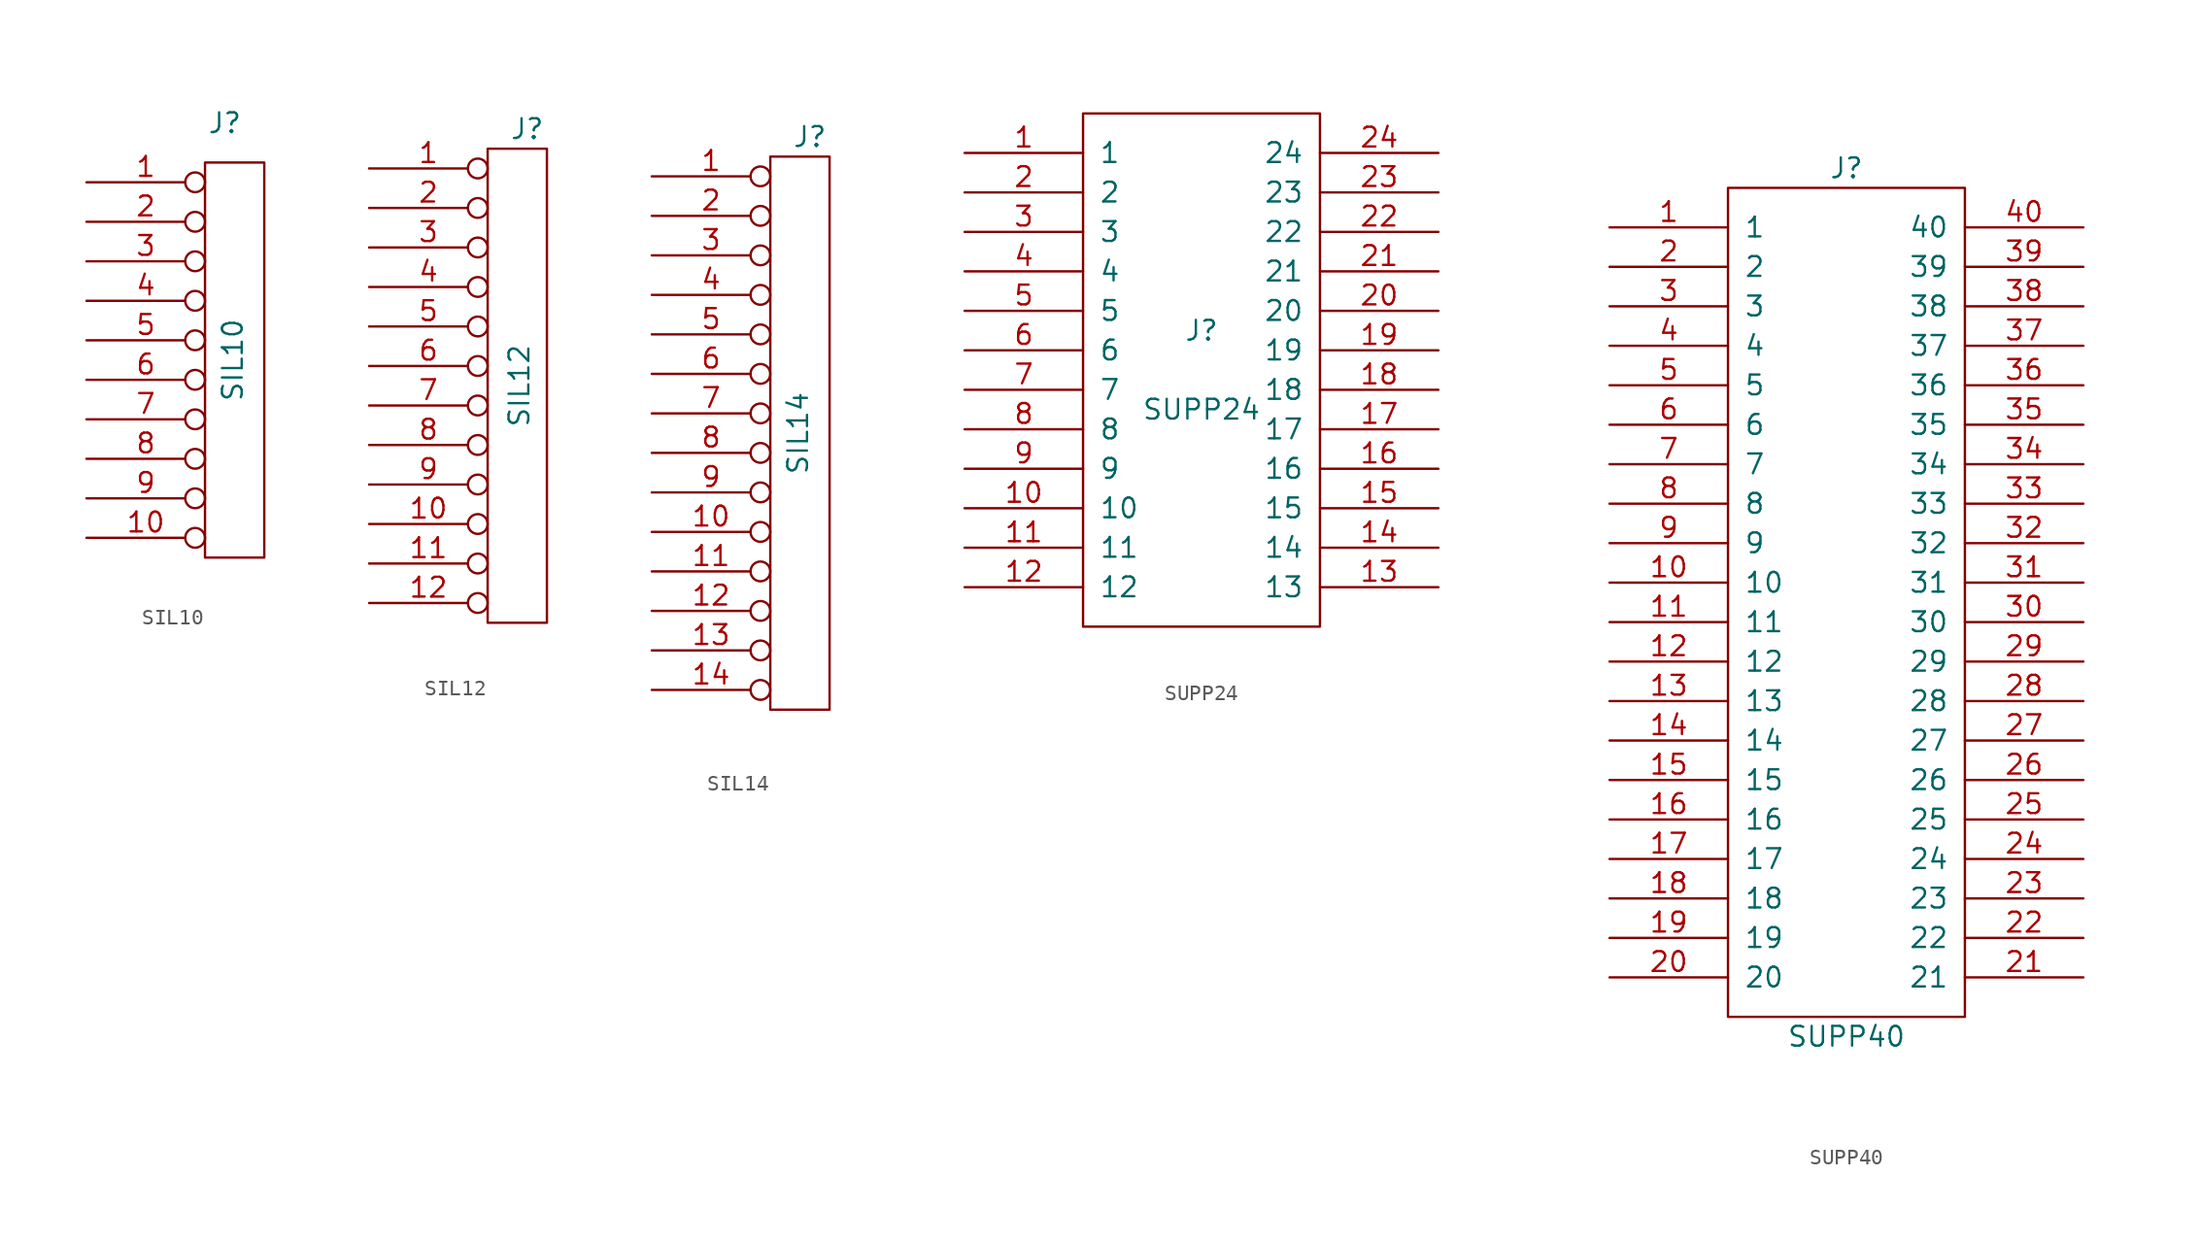
<source format=kicad_sym>
(kicad_symbol_lib
  (version 20211014)
  (generator kicad_symbol_editor)
  (symbol "SIL10"
    (pin_names
      (offset 1.016) hide)
    (property "Reference" "J"
      (at 0 15.24 0)
      (effects (font (size 1.27 1.27))))
    (property "Value" "SIL10"
      (at 0.508 0 90)
      (effects (font (size 1.27 1.27))))
    (symbol "SIL10_0_1"
      (rectangle (start -1.27 12.7) (end 2.54 -12.7) (stroke (width 0) (type default) (color 0 0 0 0)) (fill (type none))))
    (symbol "SIL10_1_1"
      (pin passive inverted (at -8.89 11.43 0) (length 7.62) (name "1" (effects (font (size 1.27 1.27)))) (number "1" (effects (font (size 1.27 1.27)))))
      (pin passive inverted (at -8.89 -11.43 0) (length 7.62) (name "10" (effects (font (size 1.27 1.27)))) (number "10" (effects (font (size 1.27 1.27)))))
      (pin passive inverted (at -8.89 8.89 0) (length 7.62) (name "2" (effects (font (size 1.27 1.27)))) (number "2" (effects (font (size 1.27 1.27)))))
      (pin passive inverted (at -8.89 6.35 0) (length 7.62) (name "3" (effects (font (size 1.27 1.27)))) (number "3" (effects (font (size 1.27 1.27)))))
      (pin passive inverted (at -8.89 3.81 0) (length 7.62) (name "4" (effects (font (size 1.27 1.27)))) (number "4" (effects (font (size 1.27 1.27)))))
      (pin passive inverted (at -8.89 1.27 0) (length 7.62) (name "5" (effects (font (size 1.27 1.27)))) (number "5" (effects (font (size 1.27 1.27)))))
      (pin passive inverted (at -8.89 -1.27 0) (length 7.62) (name "6" (effects (font (size 1.27 1.27)))) (number "6" (effects (font (size 1.27 1.27)))))
      (pin passive inverted (at -8.89 -3.81 0) (length 7.62) (name "7" (effects (font (size 1.27 1.27)))) (number "7" (effects (font (size 1.27 1.27)))))
      (pin passive inverted (at -8.89 -6.35 0) (length 7.62) (name "8" (effects (font (size 1.27 1.27)))) (number "8" (effects (font (size 1.27 1.27)))))
      (pin passive inverted (at -8.89 -8.89 0) (length 7.62) (name "9" (effects (font (size 1.27 1.27)))) (number "9" (effects (font (size 1.27 1.27)))))))
  (symbol "SIL12"
    (pin_names
      (offset 1.016) hide)
    (property "Reference" "J"
      (at 1.27 16.51 0)
      (effects (font (size 1.27 1.27))))
    (property "Value" "SIL12"
      (at 0.762 0 90)
      (effects (font (size 1.27 1.27))))
    (symbol "SIL12_0_1"
      (rectangle (start -1.27 15.24) (end 2.54 -15.24) (stroke (width 0) (type default) (color 0 0 0 0)) (fill (type none))))
    (symbol "SIL12_1_1"
      (pin passive inverted (at -8.89 13.97 0) (length 7.62) (name "1" (effects (font (size 1.27 1.27)))) (number "1" (effects (font (size 1.27 1.27)))))
      (pin passive inverted (at -8.89 -8.89 0) (length 7.62) (name "10" (effects (font (size 1.27 1.27)))) (number "10" (effects (font (size 1.27 1.27)))))
      (pin passive inverted (at -8.89 -11.43 0) (length 7.62) (name "11" (effects (font (size 1.27 1.27)))) (number "11" (effects (font (size 1.27 1.27)))))
      (pin passive inverted (at -8.89 -13.97 0) (length 7.62) (name "12" (effects (font (size 1.27 1.27)))) (number "12" (effects (font (size 1.27 1.27)))))
      (pin passive inverted (at -8.89 11.43 0) (length 7.62) (name "2" (effects (font (size 1.27 1.27)))) (number "2" (effects (font (size 1.27 1.27)))))
      (pin passive inverted (at -8.89 8.89 0) (length 7.62) (name "3" (effects (font (size 1.27 1.27)))) (number "3" (effects (font (size 1.27 1.27)))))
      (pin passive inverted (at -8.89 6.35 0) (length 7.62) (name "4" (effects (font (size 1.27 1.27)))) (number "4" (effects (font (size 1.27 1.27)))))
      (pin passive inverted (at -8.89 3.81 0) (length 7.62) (name "5" (effects (font (size 1.27 1.27)))) (number "5" (effects (font (size 1.27 1.27)))))
      (pin passive inverted (at -8.89 1.27 0) (length 7.62) (name "6" (effects (font (size 1.27 1.27)))) (number "6" (effects (font (size 1.27 1.27)))))
      (pin passive inverted (at -8.89 -1.27 0) (length 7.62) (name "7" (effects (font (size 1.27 1.27)))) (number "7" (effects (font (size 1.27 1.27)))))
      (pin passive inverted (at -8.89 -3.81 0) (length 7.62) (name "8" (effects (font (size 1.27 1.27)))) (number "8" (effects (font (size 1.27 1.27)))))
      (pin passive inverted (at -8.89 -6.35 0) (length 7.62) (name "9" (effects (font (size 1.27 1.27)))) (number "9" (effects (font (size 1.27 1.27)))))))
  (symbol "SIL14"
    (pin_names
      (offset 1.016) hide)
    (property "Reference" "J"
      (at 1.27 19.05 0)
      (effects (font (size 1.27 1.27))))
    (property "Value" "SIL14"
      (at 0.508 0 90)
      (effects (font (size 1.27 1.27))))
    (symbol "SIL14_0_1"
      (rectangle (start -1.27 17.78) (end 2.54 -17.78) (stroke (width 0) (type default) (color 0 0 0 0)) (fill (type none))))
    (symbol "SIL14_1_1"
      (pin passive inverted (at -8.89 16.51 0) (length 7.62) (name "1" (effects (font (size 1.27 1.27)))) (number "1" (effects (font (size 1.27 1.27)))))
      (pin passive inverted (at -8.89 -6.35 0) (length 7.62) (name "10" (effects (font (size 1.27 1.27)))) (number "10" (effects (font (size 1.27 1.27)))))
      (pin passive inverted (at -8.89 -8.89 0) (length 7.62) (name "11" (effects (font (size 1.27 1.27)))) (number "11" (effects (font (size 1.27 1.27)))))
      (pin passive inverted (at -8.89 -11.43 0) (length 7.62) (name "12" (effects (font (size 1.27 1.27)))) (number "12" (effects (font (size 1.27 1.27)))))
      (pin passive inverted (at -8.89 -13.97 0) (length 7.62) (name "13" (effects (font (size 1.27 1.27)))) (number "13" (effects (font (size 1.27 1.27)))))
      (pin passive inverted (at -8.89 -16.51 0) (length 7.62) (name "14" (effects (font (size 1.27 1.27)))) (number "14" (effects (font (size 1.27 1.27)))))
      (pin passive inverted (at -8.89 13.97 0) (length 7.62) (name "2" (effects (font (size 1.27 1.27)))) (number "2" (effects (font (size 1.27 1.27)))))
      (pin passive inverted (at -8.89 11.43 0) (length 7.62) (name "3" (effects (font (size 1.27 1.27)))) (number "3" (effects (font (size 1.27 1.27)))))
      (pin passive inverted (at -8.89 8.89 0) (length 7.62) (name "4" (effects (font (size 1.27 1.27)))) (number "4" (effects (font (size 1.27 1.27)))))
      (pin passive inverted (at -8.89 6.35 0) (length 7.62) (name "5" (effects (font (size 1.27 1.27)))) (number "5" (effects (font (size 1.27 1.27)))))
      (pin passive inverted (at -8.89 3.81 0) (length 7.62) (name "6" (effects (font (size 1.27 1.27)))) (number "6" (effects (font (size 1.27 1.27)))))
      (pin passive inverted (at -8.89 1.27 0) (length 7.62) (name "7" (effects (font (size 1.27 1.27)))) (number "7" (effects (font (size 1.27 1.27)))))
      (pin passive inverted (at -8.89 -1.27 0) (length 7.62) (name "8" (effects (font (size 1.27 1.27)))) (number "8" (effects (font (size 1.27 1.27)))))
      (pin passive inverted (at -8.89 -3.81 0) (length 7.62) (name "9" (effects (font (size 1.27 1.27)))) (number "9" (effects (font (size 1.27 1.27)))))))
  (symbol "SUPP24"
    (pin_names
      (offset 1.016))
    (property "Reference" "J"
      (at 0 2.54 0)
      (effects (font (size 1.27 1.27))))
    (property "Value" "SUPP24"
      (at 0 -2.54 0)
      (effects (font (size 1.27 1.27))))
    (symbol "SUPP24_0_1"
      (rectangle (start -7.62 -16.51) (end 7.62 16.51) (stroke (width 0) (type default) (color 0 0 0 0)) (fill (type none))))
    (symbol "SUPP24_1_1"
      (pin passive line (at -15.24 13.97 0) (length 7.62) (name "1" (effects (font (size 1.27 1.27)))) (number "1" (effects (font (size 1.27 1.27)))))
      (pin passive line (at -15.24 -8.89 0) (length 7.62) (name "10" (effects (font (size 1.27 1.27)))) (number "10" (effects (font (size 1.27 1.27)))))
      (pin passive line (at -15.24 -11.43 0) (length 7.62) (name "11" (effects (font (size 1.27 1.27)))) (number "11" (effects (font (size 1.27 1.27)))))
      (pin passive line (at -15.24 -13.97 0) (length 7.62) (name "12" (effects (font (size 1.27 1.27)))) (number "12" (effects (font (size 1.27 1.27)))))
      (pin passive line (at 15.24 -13.97 180) (length 7.62) (name "13" (effects (font (size 1.27 1.27)))) (number "13" (effects (font (size 1.27 1.27)))))
      (pin passive line (at 15.24 -11.43 180) (length 7.62) (name "14" (effects (font (size 1.27 1.27)))) (number "14" (effects (font (size 1.27 1.27)))))
      (pin passive line (at 15.24 -8.89 180) (length 7.62) (name "15" (effects (font (size 1.27 1.27)))) (number "15" (effects (font (size 1.27 1.27)))))
      (pin passive line (at 15.24 -6.35 180) (length 7.62) (name "16" (effects (font (size 1.27 1.27)))) (number "16" (effects (font (size 1.27 1.27)))))
      (pin passive line (at 15.24 -3.81 180) (length 7.62) (name "17" (effects (font (size 1.27 1.27)))) (number "17" (effects (font (size 1.27 1.27)))))
      (pin passive line (at 15.24 -1.27 180) (length 7.62) (name "18" (effects (font (size 1.27 1.27)))) (number "18" (effects (font (size 1.27 1.27)))))
      (pin passive line (at 15.24 1.27 180) (length 7.62) (name "19" (effects (font (size 1.27 1.27)))) (number "19" (effects (font (size 1.27 1.27)))))
      (pin passive line (at -15.24 11.43 0) (length 7.62) (name "2" (effects (font (size 1.27 1.27)))) (number "2" (effects (font (size 1.27 1.27)))))
      (pin passive line (at 15.24 3.81 180) (length 7.62) (name "20" (effects (font (size 1.27 1.27)))) (number "20" (effects (font (size 1.27 1.27)))))
      (pin passive line (at 15.24 6.35 180) (length 7.62) (name "21" (effects (font (size 1.27 1.27)))) (number "21" (effects (font (size 1.27 1.27)))))
      (pin passive line (at 15.24 8.89 180) (length 7.62) (name "22" (effects (font (size 1.27 1.27)))) (number "22" (effects (font (size 1.27 1.27)))))
      (pin passive line (at 15.24 11.43 180) (length 7.62) (name "23" (effects (font (size 1.27 1.27)))) (number "23" (effects (font (size 1.27 1.27)))))
      (pin passive line (at 15.24 13.97 180) (length 7.62) (name "24" (effects (font (size 1.27 1.27)))) (number "24" (effects (font (size 1.27 1.27)))))
      (pin passive line (at -15.24 8.89 0) (length 7.62) (name "3" (effects (font (size 1.27 1.27)))) (number "3" (effects (font (size 1.27 1.27)))))
      (pin passive line (at -15.24 6.35 0) (length 7.62) (name "4" (effects (font (size 1.27 1.27)))) (number "4" (effects (font (size 1.27 1.27)))))
      (pin passive line (at -15.24 3.81 0) (length 7.62) (name "5" (effects (font (size 1.27 1.27)))) (number "5" (effects (font (size 1.27 1.27)))))
      (pin passive line (at -15.24 1.27 0) (length 7.62) (name "6" (effects (font (size 1.27 1.27)))) (number "6" (effects (font (size 1.27 1.27)))))
      (pin passive line (at -15.24 -1.27 0) (length 7.62) (name "7" (effects (font (size 1.27 1.27)))) (number "7" (effects (font (size 1.27 1.27)))))
      (pin passive line (at -15.24 -3.81 0) (length 7.62) (name "8" (effects (font (size 1.27 1.27)))) (number "8" (effects (font (size 1.27 1.27)))))
      (pin passive line (at -15.24 -6.35 0) (length 7.62) (name "9" (effects (font (size 1.27 1.27)))) (number "9" (effects (font (size 1.27 1.27)))))))
  (symbol "SUPP40"
    (pin_names
      (offset 1.016))
    (property "Reference" "J"
      (at 0 27.94 0)
      (effects (font (size 1.27 1.27))))
    (property "Value" "SUPP40"
      (at 0 -27.94 0)
      (effects (font (size 1.27 1.27))))
    (symbol "SUPP40_0_1"
      (rectangle (start -7.62 -26.67) (end 7.62 26.67) (stroke (width 0) (type default) (color 0 0 0 0)) (fill (type none))))
    (symbol "SUPP40_1_1"
      (pin passive line (at -15.24 24.13 0) (length 7.62) (name "1" (effects (font (size 1.27 1.27)))) (number "1" (effects (font (size 1.27 1.27)))))
      (pin passive line (at -15.24 1.27 0) (length 7.62) (name "10" (effects (font (size 1.27 1.27)))) (number "10" (effects (font (size 1.27 1.27)))))
      (pin passive line (at -15.24 -1.27 0) (length 7.62) (name "11" (effects (font (size 1.27 1.27)))) (number "11" (effects (font (size 1.27 1.27)))))
      (pin passive line (at -15.24 -3.81 0) (length 7.62) (name "12" (effects (font (size 1.27 1.27)))) (number "12" (effects (font (size 1.27 1.27)))))
      (pin passive line (at -15.24 -6.35 0) (length 7.62) (name "13" (effects (font (size 1.27 1.27)))) (number "13" (effects (font (size 1.27 1.27)))))
      (pin passive line (at -15.24 -8.89 0) (length 7.62) (name "14" (effects (font (size 1.27 1.27)))) (number "14" (effects (font (size 1.27 1.27)))))
      (pin passive line (at -15.24 -11.43 0) (length 7.62) (name "15" (effects (font (size 1.27 1.27)))) (number "15" (effects (font (size 1.27 1.27)))))
      (pin passive line (at -15.24 -13.97 0) (length 7.62) (name "16" (effects (font (size 1.27 1.27)))) (number "16" (effects (font (size 1.27 1.27)))))
      (pin passive line (at -15.24 -16.51 0) (length 7.62) (name "17" (effects (font (size 1.27 1.27)))) (number "17" (effects (font (size 1.27 1.27)))))
      (pin passive line (at -15.24 -19.05 0) (length 7.62) (name "18" (effects (font (size 1.27 1.27)))) (number "18" (effects (font (size 1.27 1.27)))))
      (pin passive line (at -15.24 -21.59 0) (length 7.62) (name "19" (effects (font (size 1.27 1.27)))) (number "19" (effects (font (size 1.27 1.27)))))
      (pin passive line (at -15.24 21.59 0) (length 7.62) (name "2" (effects (font (size 1.27 1.27)))) (number "2" (effects (font (size 1.27 1.27)))))
      (pin passive line (at -15.24 -24.13 0) (length 7.62) (name "20" (effects (font (size 1.27 1.27)))) (number "20" (effects (font (size 1.27 1.27)))))
      (pin passive line (at 15.24 -24.13 180) (length 7.62) (name "21" (effects (font (size 1.27 1.27)))) (number "21" (effects (font (size 1.27 1.27)))))
      (pin passive line (at 15.24 -21.59 180) (length 7.62) (name "22" (effects (font (size 1.27 1.27)))) (number "22" (effects (font (size 1.27 1.27)))))
      (pin passive line (at 15.24 -19.05 180) (length 7.62) (name "23" (effects (font (size 1.27 1.27)))) (number "23" (effects (font (size 1.27 1.27)))))
      (pin passive line (at 15.24 -16.51 180) (length 7.62) (name "24" (effects (font (size 1.27 1.27)))) (number "24" (effects (font (size 1.27 1.27)))))
      (pin passive line (at 15.24 -13.97 180) (length 7.62) (name "25" (effects (font (size 1.27 1.27)))) (number "25" (effects (font (size 1.27 1.27)))))
      (pin passive line (at 15.24 -11.43 180) (length 7.62) (name "26" (effects (font (size 1.27 1.27)))) (number "26" (effects (font (size 1.27 1.27)))))
      (pin passive line (at 15.24 -8.89 180) (length 7.62) (name "27" (effects (font (size 1.27 1.27)))) (number "27" (effects (font (size 1.27 1.27)))))
      (pin passive line (at 15.24 -6.35 180) (length 7.62) (name "28" (effects (font (size 1.27 1.27)))) (number "28" (effects (font (size 1.27 1.27)))))
      (pin passive line (at 15.24 -3.81 180) (length 7.62) (name "29" (effects (font (size 1.27 1.27)))) (number "29" (effects (font (size 1.27 1.27)))))
      (pin passive line (at -15.24 19.05 0) (length 7.62) (name "3" (effects (font (size 1.27 1.27)))) (number "3" (effects (font (size 1.27 1.27)))))
      (pin passive line (at 15.24 -1.27 180) (length 7.62) (name "30" (effects (font (size 1.27 1.27)))) (number "30" (effects (font (size 1.27 1.27)))))
      (pin passive line (at 15.24 1.27 180) (length 7.62) (name "31" (effects (font (size 1.27 1.27)))) (number "31" (effects (font (size 1.27 1.27)))))
      (pin passive line (at 15.24 3.81 180) (length 7.62) (name "32" (effects (font (size 1.27 1.27)))) (number "32" (effects (font (size 1.27 1.27)))))
      (pin passive line (at 15.24 6.35 180) (length 7.62) (name "33" (effects (font (size 1.27 1.27)))) (number "33" (effects (font (size 1.27 1.27)))))
      (pin passive line (at 15.24 8.89 180) (length 7.62) (name "34" (effects (font (size 1.27 1.27)))) (number "34" (effects (font (size 1.27 1.27)))))
      (pin passive line (at 15.24 11.43 180) (length 7.62) (name "35" (effects (font (size 1.27 1.27)))) (number "35" (effects (font (size 1.27 1.27)))))
      (pin passive line (at 15.24 13.97 180) (length 7.62) (name "36" (effects (font (size 1.27 1.27)))) (number "36" (effects (font (size 1.27 1.27)))))
      (pin passive line (at 15.24 16.51 180) (length 7.62) (name "37" (effects (font (size 1.27 1.27)))) (number "37" (effects (font (size 1.27 1.27)))))
      (pin passive line (at 15.24 19.05 180) (length 7.62) (name "38" (effects (font (size 1.27 1.27)))) (number "38" (effects (font (size 1.27 1.27)))))
      (pin passive line (at 15.24 21.59 180) (length 7.62) (name "39" (effects (font (size 1.27 1.27)))) (number "39" (effects (font (size 1.27 1.27)))))
      (pin passive line (at -15.24 16.51 0) (length 7.62) (name "4" (effects (font (size 1.27 1.27)))) (number "4" (effects (font (size 1.27 1.27)))))
      (pin passive line (at 15.24 24.13 180) (length 7.62) (name "40" (effects (font (size 1.27 1.27)))) (number "40" (effects (font (size 1.27 1.27)))))
      (pin passive line (at -15.24 13.97 0) (length 7.62) (name "5" (effects (font (size 1.27 1.27)))) (number "5" (effects (font (size 1.27 1.27)))))
      (pin passive line (at -15.24 11.43 0) (length 7.62) (name "6" (effects (font (size 1.27 1.27)))) (number "6" (effects (font (size 1.27 1.27)))))
      (pin passive line (at -15.24 8.89 0) (length 7.62) (name "7" (effects (font (size 1.27 1.27)))) (number "7" (effects (font (size 1.27 1.27)))))
      (pin passive line (at -15.24 6.35 0) (length 7.62) (name "8" (effects (font (size 1.27 1.27)))) (number "8" (effects (font (size 1.27 1.27)))))
      (pin passive line (at -15.24 3.81 0) (length 7.62) (name "9" (effects (font (size 1.27 1.27)))) (number "9" (effects (font (size 1.27 1.27))))))))
</source>
